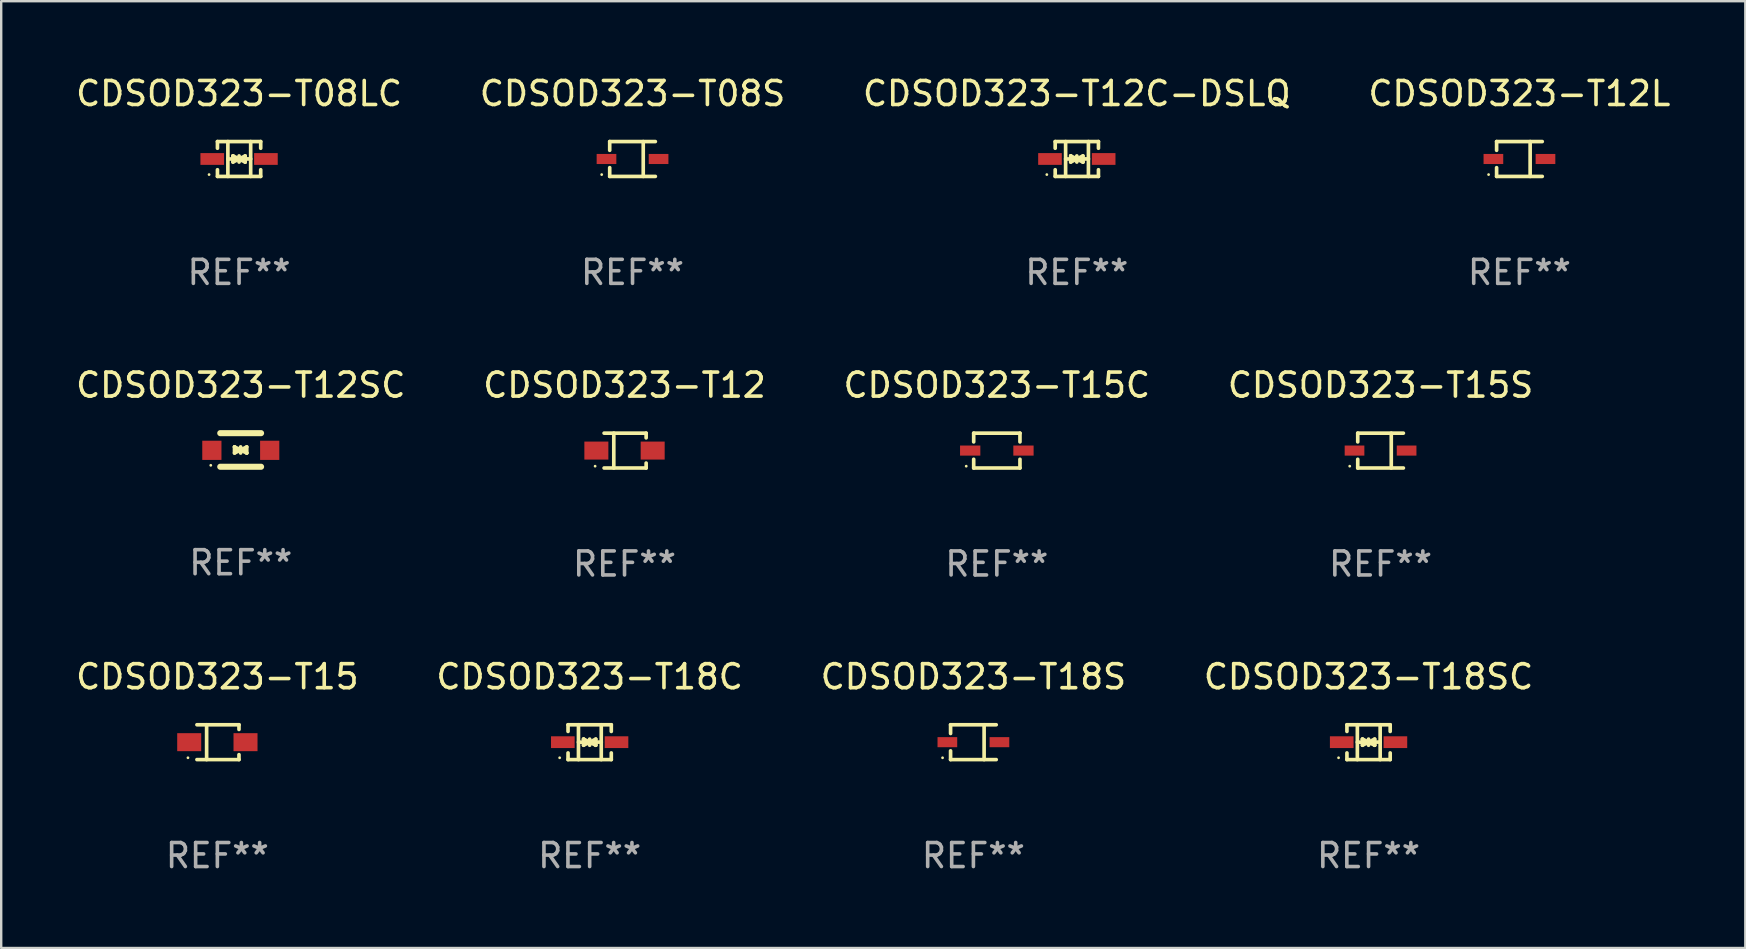
<source format=kicad_pcb>
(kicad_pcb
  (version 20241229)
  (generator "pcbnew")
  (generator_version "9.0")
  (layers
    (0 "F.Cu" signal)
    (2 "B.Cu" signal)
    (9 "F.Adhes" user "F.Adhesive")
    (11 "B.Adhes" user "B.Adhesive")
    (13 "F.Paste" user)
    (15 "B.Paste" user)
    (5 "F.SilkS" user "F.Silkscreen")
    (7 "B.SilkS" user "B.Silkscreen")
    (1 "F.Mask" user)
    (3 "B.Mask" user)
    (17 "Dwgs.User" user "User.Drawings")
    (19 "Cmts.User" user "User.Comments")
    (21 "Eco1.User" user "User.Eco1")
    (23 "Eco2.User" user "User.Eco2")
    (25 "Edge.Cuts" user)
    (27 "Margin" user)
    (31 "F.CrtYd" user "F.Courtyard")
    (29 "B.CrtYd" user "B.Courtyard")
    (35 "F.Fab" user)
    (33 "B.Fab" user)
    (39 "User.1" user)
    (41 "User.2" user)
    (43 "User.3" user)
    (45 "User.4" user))
  (footprint "CDSOD323-T08LC"
    (layer "F.Cu")
    (at 6.911 3.574)
    (property "Reference" "CDSOD323-T08LC" (at 0 -2.726 0) (layer "F.SilkS") (effects (font (size 1 1) (thickness 0.15))))
    (attr through_hole)
    (fp_line (start -0.901 -0.726) (end -0.901 -0.448) (stroke (width 0.152) (type solid)) (layer "F.SilkS"))
    (fp_line (start -0.901 0.726) (end -0.901 0.448) (stroke (width 0.152) (type solid)) (layer "F.SilkS"))
    (fp_line (start -0.467 0) (end 0.483 -0.003) (stroke (width 0.154) (type solid)) (layer "F.SilkS"))
    (fp_line (start -0.467 0.726) (end -0.467 -0.726) (stroke (width 0.152) (type solid)) (layer "F.SilkS"))
    (fp_line (start -0.254 -0.127) (end -0.254 -0.127) (stroke (width 0.154) (type solid)) (layer "F.SilkS"))
    (fp_line (start -0.254 -0.127) (end -0.002 -0.003) (stroke (width 0.154) (type solid)) (layer "F.SilkS"))
    (fp_line (start -0.254 0.127) (end -0.254 -0.127) (stroke (width 0.154) (type solid)) (layer "F.SilkS"))
    (fp_line (start -0.127 0) (end 0.003 0) (stroke (width 0.154) (type solid)) (layer "F.SilkS"))
    (fp_line (start -0.003 0) (end -0.254 0.127) (stroke (width 0.154) (type solid)) (layer "F.SilkS"))
    (fp_line (start 0 -0.127) (end 0 0.127) (stroke (width 0.154) (type solid)) (layer "F.SilkS"))
    (fp_line (start 0.003 0) (end 0.254 -0.127) (stroke (width 0.154) (type solid)) (layer "F.SilkS"))
    (fp_line (start 0.127 0) (end -0.003 0) (stroke (width 0.154) (type solid)) (layer "F.SilkS"))
    (fp_line (start 0.254 -0.127) (end 0.254 0.127) (stroke (width 0.154) (type solid)) (layer "F.SilkS"))
    (fp_line (start 0.254 0.127) (end 0.002 0.003) (stroke (width 0.154) (type solid)) (layer "F.SilkS"))
    (fp_line (start 0.254 0.127) (end 0.254 0.127) (stroke (width 0.154) (type solid)) (layer "F.SilkS"))
    (fp_line (start 0.483 0.726) (end 0.483 -0.726) (stroke (width 0.152) (type solid)) (layer "F.SilkS"))
    (fp_line (start 0.901 -0.726) (end -0.901 -0.726) (stroke (width 0.152) (type solid)) (layer "F.SilkS"))
    (fp_line (start 0.901 -0.726) (end 0.901 -0.448) (stroke (width 0.152) (type solid)) (layer "F.SilkS"))
    (fp_line (start 0.901 0.726) (end -0.901 0.726) (stroke (width 0.152) (type solid)) (layer "F.SilkS"))
    (fp_line (start 0.901 0.726) (end 0.901 0.448) (stroke (width 0.152) (type solid)) (layer "F.SilkS"))
    (fp_circle (center -1.25 0.65) (end -1.22 0.65) (stroke (width 0.06) (type solid)) (fill no) (layer "F.SilkS"))
    (fp_text user "REF**" (at 0 4.726 0) (layer "F.Fab") (effects (font (size 1 1) (thickness 0.15))))
    (pad "1" smd rect (at -1.118 0) (size 0.985 0.49) (layers "F.Cu" "F.Mask" "F.Paste"))
    (pad "2" smd rect (at 1.118 0) (size 0.985 0.49) (layers "F.Cu" "F.Mask" "F.Paste")))
  (footprint "CDSOD323-T15C"
    (layer "F.Cu")
    (at 38.482 15.723)
    (property "Reference" "CDSOD323-T15C" (at 0 -2.726 0) (layer "F.SilkS") (effects (font (size 1 1) (thickness 0.15))))
    (attr through_hole)
    (fp_line (start -0.964 -0.726) (end 0.964 -0.726) (stroke (width 0.152) (type solid)) (layer "F.SilkS"))
    (fp_line (start -0.964 -0.362) (end -0.964 -0.726) (stroke (width 0.152) (type solid)) (layer "F.SilkS"))
    (fp_line (start -0.964 0.362) (end -0.964 0.726) (stroke (width 0.152) (type solid)) (layer "F.SilkS"))
    (fp_line (start -0.964 0.726) (end 0.964 0.726) (stroke (width 0.152) (type solid)) (layer "F.SilkS"))
    (fp_line (start 0.964 -0.362) (end 0.964 -0.726) (stroke (width 0.152) (type solid)) (layer "F.SilkS"))
    (fp_line (start 0.964 0.362) (end 0.964 0.726) (stroke (width 0.152) (type solid)) (layer "F.SilkS"))
    (fp_circle (center -1.275 0.65) (end -1.245 0.65) (stroke (width 0.06) (type solid)) (fill no) (layer "F.SilkS"))
    (fp_text user "REF**" (at 0 4.726 0) (layer "F.Fab") (effects (font (size 1 1) (thickness 0.15))))
    (pad "1" smd rect (at -1.11 -0.000076) (size 0.845 0.42) (layers "F.Cu" "F.Mask" "F.Paste"))
    (pad "2" smd rect (at 1.11 -0.000076) (size 0.845 0.42) (layers "F.Cu" "F.Mask" "F.Paste")))
  (footprint "CDSOD323-T08S"
    (layer "F.Cu")
    (at 23.304 3.574)
    (property "Reference" "CDSOD323-T08S" (at 0 -2.726 0) (layer "F.SilkS") (effects (font (size 1 1) (thickness 0.15))))
    (attr through_hole)
    (fp_line (start -0.951 -0.726) (end 0.951 -0.726) (stroke (width 0.152) (type solid)) (layer "F.SilkS"))
    (fp_line (start -0.951 -0.362) (end -0.951 -0.726) (stroke (width 0.152) (type solid)) (layer "F.SilkS"))
    (fp_line (start -0.951 0.362) (end -0.951 0.726) (stroke (width 0.152) (type solid)) (layer "F.SilkS"))
    (fp_line (start -0.951 0.726) (end 0.951 0.726) (stroke (width 0.152) (type solid)) (layer "F.SilkS"))
    (fp_line (start 0.446 -0.726) (end 0.446 0.726) (stroke (width 0.152) (type solid)) (layer "F.SilkS"))
    (fp_circle (center -1.285 0.65) (end -1.255 0.65) (stroke (width 0.06) (type solid)) (fill no) (layer "F.SilkS"))
    (fp_text user "REF**" (at 0 4.726 0) (layer "F.Fab") (effects (font (size 1 1) (thickness 0.15))))
    (pad "1" smd rect (at -1.085 0) (size 0.82 0.42) (layers "F.Cu" "F.Mask" "F.Paste"))
    (pad "2" smd rect (at 1.085 0) (size 0.82 0.42) (layers "F.Cu" "F.Mask" "F.Paste")))
  (footprint "CDSOD323-T12C-DSLQ"
    (layer "F.Cu")
    (at 41.815 3.574)
    (property "Reference" "CDSOD323-T12C-DSLQ" (at 0 -2.726 0) (layer "F.SilkS") (effects (font (size 1 1) (thickness 0.15))))
    (attr through_hole)
    (fp_line (start -0.901 -0.726) (end -0.901 -0.448) (stroke (width 0.152) (type solid)) (layer "F.SilkS"))
    (fp_line (start -0.901 0.726) (end -0.901 0.448) (stroke (width 0.152) (type solid)) (layer "F.SilkS"))
    (fp_line (start -0.467 0) (end 0.483 -0.003) (stroke (width 0.154) (type solid)) (layer "F.SilkS"))
    (fp_line (start -0.467 0.726) (end -0.467 -0.726) (stroke (width 0.152) (type solid)) (layer "F.SilkS"))
    (fp_line (start -0.254 -0.127) (end -0.254 -0.127) (stroke (width 0.154) (type solid)) (layer "F.SilkS"))
    (fp_line (start -0.254 -0.127) (end -0.002 -0.003) (stroke (width 0.154) (type solid)) (layer "F.SilkS"))
    (fp_line (start -0.254 0.127) (end -0.254 -0.127) (stroke (width 0.154) (type solid)) (layer "F.SilkS"))
    (fp_line (start -0.127 0) (end 0.003 0) (stroke (width 0.154) (type solid)) (layer "F.SilkS"))
    (fp_line (start -0.003 0) (end -0.254 0.127) (stroke (width 0.154) (type solid)) (layer "F.SilkS"))
    (fp_line (start 0 -0.127) (end 0 0.127) (stroke (width 0.154) (type solid)) (layer "F.SilkS"))
    (fp_line (start 0.003 0) (end 0.254 -0.127) (stroke (width 0.154) (type solid)) (layer "F.SilkS"))
    (fp_line (start 0.127 0) (end -0.003 0) (stroke (width 0.154) (type solid)) (layer "F.SilkS"))
    (fp_line (start 0.254 -0.127) (end 0.254 0.127) (stroke (width 0.154) (type solid)) (layer "F.SilkS"))
    (fp_line (start 0.254 0.127) (end 0.002 0.003) (stroke (width 0.154) (type solid)) (layer "F.SilkS"))
    (fp_line (start 0.254 0.127) (end 0.254 0.127) (stroke (width 0.154) (type solid)) (layer "F.SilkS"))
    (fp_line (start 0.483 0.726) (end 0.483 -0.726) (stroke (width 0.152) (type solid)) (layer "F.SilkS"))
    (fp_line (start 0.901 -0.726) (end -0.901 -0.726) (stroke (width 0.152) (type solid)) (layer "F.SilkS"))
    (fp_line (start 0.901 -0.726) (end 0.901 -0.448) (stroke (width 0.152) (type solid)) (layer "F.SilkS"))
    (fp_line (start 0.901 0.726) (end -0.901 0.726) (stroke (width 0.152) (type solid)) (layer "F.SilkS"))
    (fp_line (start 0.901 0.726) (end 0.901 0.448) (stroke (width 0.152) (type solid)) (layer "F.SilkS"))
    (fp_circle (center -1.25 0.65) (end -1.22 0.65) (stroke (width 0.06) (type solid)) (fill no) (layer "F.SilkS"))
    (fp_text user "REF**" (at 0 4.726 0) (layer "F.Fab") (effects (font (size 1 1) (thickness 0.15))))
    (pad "1" smd rect (at -1.118 0) (size 0.985 0.49) (layers "F.Cu" "F.Mask" "F.Paste"))
    (pad "2" smd rect (at 1.118 0) (size 0.985 0.49) (layers "F.Cu" "F.Mask" "F.Paste")))
  (footprint "CDSOD323-T15S"
    (layer "F.Cu")
    (at 54.47 15.723)
    (property "Reference" "CDSOD323-T15S" (at 0 -2.726 0) (layer "F.SilkS") (effects (font (size 1 1) (thickness 0.15))))
    (attr through_hole)
    (fp_line (start -0.951 -0.726) (end 0.951 -0.726) (stroke (width 0.152) (type solid)) (layer "F.SilkS"))
    (fp_line (start -0.951 -0.362) (end -0.951 -0.726) (stroke (width 0.152) (type solid)) (layer "F.SilkS"))
    (fp_line (start -0.951 0.362) (end -0.951 0.726) (stroke (width 0.152) (type solid)) (layer "F.SilkS"))
    (fp_line (start -0.951 0.726) (end 0.951 0.726) (stroke (width 0.152) (type solid)) (layer "F.SilkS"))
    (fp_line (start 0.446 -0.726) (end 0.446 0.726) (stroke (width 0.152) (type solid)) (layer "F.SilkS"))
    (fp_circle (center -1.285 0.65) (end -1.255 0.65) (stroke (width 0.06) (type solid)) (fill no) (layer "F.SilkS"))
    (fp_text user "REF**" (at 0 4.726 0) (layer "F.Fab") (effects (font (size 1 1) (thickness 0.15))))
    (pad "1" smd rect (at -1.085 0) (size 0.82 0.42) (layers "F.Cu" "F.Mask" "F.Paste"))
    (pad "2" smd rect (at 1.085 0) (size 0.82 0.42) (layers "F.Cu" "F.Mask" "F.Paste")))
  (footprint "CDSOD323-T18S"
    (layer "F.Cu")
    (at 37.506 27.872)
    (property "Reference" "CDSOD323-T18S" (at 0 -2.726 0) (layer "F.SilkS") (effects (font (size 1 1) (thickness 0.15))))
    (attr through_hole)
    (fp_line (start -0.951 -0.726) (end 0.951 -0.726) (stroke (width 0.152) (type solid)) (layer "F.SilkS"))
    (fp_line (start -0.951 -0.362) (end -0.951 -0.726) (stroke (width 0.152) (type solid)) (layer "F.SilkS"))
    (fp_line (start -0.951 0.362) (end -0.951 0.726) (stroke (width 0.152) (type solid)) (layer "F.SilkS"))
    (fp_line (start -0.951 0.726) (end 0.951 0.726) (stroke (width 0.152) (type solid)) (layer "F.SilkS"))
    (fp_line (start 0.446 -0.726) (end 0.446 0.726) (stroke (width 0.152) (type solid)) (layer "F.SilkS"))
    (fp_circle (center -1.285 0.65) (end -1.255 0.65) (stroke (width 0.06) (type solid)) (fill no) (layer "F.SilkS"))
    (fp_text user "REF**" (at 0 4.726 0) (layer "F.Fab") (effects (font (size 1 1) (thickness 0.15))))
    (pad "1" smd rect (at -1.085 0) (size 0.82 0.42) (layers "F.Cu" "F.Mask" "F.Paste"))
    (pad "2" smd rect (at 1.085 0) (size 0.82 0.42) (layers "F.Cu" "F.Mask" "F.Paste")))
  (footprint "CDSOD323-T12SC"
    (layer "F.Cu")
    (at 6.982 15.697)
    (property "Reference" "CDSOD323-T12SC" (at 0 -2.7 0) (layer "F.SilkS") (effects (font (size 1 1) (thickness 0.15))))
    (attr through_hole)
    (fp_line (start -0.855 -0.7) (end 0.845 -0.7) (stroke (width 0.254) (type solid)) (layer "F.SilkS"))
    (fp_line (start -0.855 0.7) (end 0.845 0.7) (stroke (width 0.254) (type solid)) (layer "F.SilkS"))
    (fp_line (start -0.26 -0.127) (end -0.26 -0.127) (stroke (width 0.154) (type solid)) (layer "F.SilkS"))
    (fp_line (start -0.26 -0.127) (end -0.008 -0.003) (stroke (width 0.154) (type solid)) (layer "F.SilkS"))
    (fp_line (start -0.26 0.127) (end -0.26 -0.127) (stroke (width 0.154) (type solid)) (layer "F.SilkS"))
    (fp_line (start -0.133 0.000483) (end -0.003 0.000483) (stroke (width 0.154) (type solid)) (layer "F.SilkS"))
    (fp_line (start -0.009 0.000483) (end -0.26 0.127) (stroke (width 0.154) (type solid)) (layer "F.SilkS"))
    (fp_line (start -0.006 -0.127) (end -0.006 0.127) (stroke (width 0.154) (type solid)) (layer "F.SilkS"))
    (fp_line (start -0.003 0.000483) (end 0.248 -0.127) (stroke (width 0.154) (type solid)) (layer "F.SilkS"))
    (fp_line (start 0.121 0.000483) (end -0.009 0.000483) (stroke (width 0.154) (type solid)) (layer "F.SilkS"))
    (fp_line (start 0.248 -0.127) (end 0.248 0.127) (stroke (width 0.154) (type solid)) (layer "F.SilkS"))
    (fp_line (start 0.248 0.127) (end -0.004 0.004) (stroke (width 0.154) (type solid)) (layer "F.SilkS"))
    (fp_line (start 0.248 0.127) (end 0.248 0.127) (stroke (width 0.154) (type solid)) (layer "F.SilkS"))
    (fp_circle (center -1.25 0.64) (end -1.22 0.64) (stroke (width 0.06) (type solid)) (fill no) (layer "F.SilkS"))
    (fp_text user "REF**" (at 0 4.7 0) (layer "F.Fab") (effects (font (size 1 1) (thickness 0.15))))
    (pad "1" smd rect (at -1.205 0.015) (size 0.8 0.8) (layers "F.Cu" "F.Mask" "F.Paste"))
    (pad "2" smd rect (at 1.205 0.015) (size 0.8 0.8) (layers "F.Cu" "F.Mask" "F.Paste")))
  (footprint "CDSOD323-T15"
    (layer "F.Cu")
    (at 6.006 27.872)
    (property "Reference" "CDSOD323-T15" (at 0 -2.726 0) (layer "F.SilkS") (effects (font (size 1 1) (thickness 0.15))))
    (attr through_hole)
    (fp_line (start -0.851 -0.726) (end 0.901 -0.726) (stroke (width 0.152) (type solid)) (layer "F.SilkS"))
    (fp_line (start -0.851 0.726) (end 0.901 0.726) (stroke (width 0.152) (type solid)) (layer "F.SilkS"))
    (fp_line (start -0.447 -0.726) (end -0.447 0.726) (stroke (width 0.152) (type solid)) (layer "F.SilkS"))
    (fp_line (start 0.901 -0.726) (end 0.901 -0.53) (stroke (width 0.152) (type solid)) (layer "F.SilkS"))
    (fp_line (start 0.901 0.726) (end 0.901 0.52) (stroke (width 0.152) (type solid)) (layer "F.SilkS"))
    (fp_circle (center -1.225 0.65) (end -1.195 0.65) (stroke (width 0.06) (type solid)) (fill no) (layer "F.SilkS"))
    (fp_text user "REF**" (at 0 4.726 0) (layer "F.Fab") (effects (font (size 1 1) (thickness 0.15))))
    (pad "1" smd rect (at -1.173 0) (size 1 0.75) (layers "F.Cu" "F.Mask" "F.Paste"))
    (pad "2" smd rect (at 1.173 0) (size 1 0.75) (layers "F.Cu" "F.Mask" "F.Paste")))
  (footprint "CDSOD323-T18SC"
    (layer "F.Cu")
    (at 53.97 27.872)
    (property "Reference" "CDSOD323-T18SC" (at 0 -2.726 0) (layer "F.SilkS") (effects (font (size 1 1) (thickness 0.15))))
    (attr through_hole)
    (fp_line (start -0.901 -0.726) (end -0.901 -0.448) (stroke (width 0.152) (type solid)) (layer "F.SilkS"))
    (fp_line (start -0.901 0.726) (end -0.901 0.448) (stroke (width 0.152) (type solid)) (layer "F.SilkS"))
    (fp_line (start -0.467 0) (end 0.483 -0.003) (stroke (width 0.154) (type solid)) (layer "F.SilkS"))
    (fp_line (start -0.467 0.726) (end -0.467 -0.726) (stroke (width 0.152) (type solid)) (layer "F.SilkS"))
    (fp_line (start -0.254 -0.127) (end -0.254 -0.127) (stroke (width 0.154) (type solid)) (layer "F.SilkS"))
    (fp_line (start -0.254 -0.127) (end -0.002 -0.003) (stroke (width 0.154) (type solid)) (layer "F.SilkS"))
    (fp_line (start -0.254 0.127) (end -0.254 -0.127) (stroke (width 0.154) (type solid)) (layer "F.SilkS"))
    (fp_line (start -0.127 0) (end 0.003 0) (stroke (width 0.154) (type solid)) (layer "F.SilkS"))
    (fp_line (start -0.003 0) (end -0.254 0.127) (stroke (width 0.154) (type solid)) (layer "F.SilkS"))
    (fp_line (start 0 -0.127) (end 0 0.127) (stroke (width 0.154) (type solid)) (layer "F.SilkS"))
    (fp_line (start 0.003 0) (end 0.254 -0.127) (stroke (width 0.154) (type solid)) (layer "F.SilkS"))
    (fp_line (start 0.127 0) (end -0.003 0) (stroke (width 0.154) (type solid)) (layer "F.SilkS"))
    (fp_line (start 0.254 -0.127) (end 0.254 0.127) (stroke (width 0.154) (type solid)) (layer "F.SilkS"))
    (fp_line (start 0.254 0.127) (end 0.002 0.003) (stroke (width 0.154) (type solid)) (layer "F.SilkS"))
    (fp_line (start 0.254 0.127) (end 0.254 0.127) (stroke (width 0.154) (type solid)) (layer "F.SilkS"))
    (fp_line (start 0.483 0.726) (end 0.483 -0.726) (stroke (width 0.152) (type solid)) (layer "F.SilkS"))
    (fp_line (start 0.901 -0.726) (end -0.901 -0.726) (stroke (width 0.152) (type solid)) (layer "F.SilkS"))
    (fp_line (start 0.901 -0.726) (end 0.901 -0.448) (stroke (width 0.152) (type solid)) (layer "F.SilkS"))
    (fp_line (start 0.901 0.726) (end -0.901 0.726) (stroke (width 0.152) (type solid)) (layer "F.SilkS"))
    (fp_line (start 0.901 0.726) (end 0.901 0.448) (stroke (width 0.152) (type solid)) (layer "F.SilkS"))
    (fp_circle (center -1.25 0.65) (end -1.22 0.65) (stroke (width 0.06) (type solid)) (fill no) (layer "F.SilkS"))
    (fp_text user "REF**" (at 0 4.726 0) (layer "F.Fab") (effects (font (size 1 1) (thickness 0.15))))
    (pad "1" smd rect (at -1.118 0) (size 0.985 0.49) (layers "F.Cu" "F.Mask" "F.Paste"))
    (pad "2" smd rect (at 1.118 0) (size 0.985 0.49) (layers "F.Cu" "F.Mask" "F.Paste")))
  (footprint "CDSOD323-T12"
    (layer "F.Cu")
    (at 22.97 15.723)
    (property "Reference" "CDSOD323-T12" (at 0 -2.726 0) (layer "F.SilkS") (effects (font (size 1 1) (thickness 0.15))))
    (attr through_hole)
    (fp_line (start -0.851 -0.726) (end 0.901 -0.726) (stroke (width 0.152) (type solid)) (layer "F.SilkS"))
    (fp_line (start -0.851 0.726) (end 0.901 0.726) (stroke (width 0.152) (type solid)) (layer "F.SilkS"))
    (fp_line (start -0.447 -0.726) (end -0.447 0.726) (stroke (width 0.152) (type solid)) (layer "F.SilkS"))
    (fp_line (start 0.901 -0.726) (end 0.901 -0.53) (stroke (width 0.152) (type solid)) (layer "F.SilkS"))
    (fp_line (start 0.901 0.726) (end 0.901 0.52) (stroke (width 0.152) (type solid)) (layer "F.SilkS"))
    (fp_circle (center -1.225 0.65) (end -1.195 0.65) (stroke (width 0.06) (type solid)) (fill no) (layer "F.SilkS"))
    (fp_text user "REF**" (at 0 4.726 0) (layer "F.Fab") (effects (font (size 1 1) (thickness 0.15))))
    (pad "1" smd rect (at -1.173 0) (size 1 0.75) (layers "F.Cu" "F.Mask" "F.Paste"))
    (pad "2" smd rect (at 1.173 0) (size 1 0.75) (layers "F.Cu" "F.Mask" "F.Paste")))
  (footprint "CDSOD323-T12L"
    (layer "F.Cu")
    (at 60.256 3.574)
    (property "Reference" "CDSOD323-T12L" (at 0 -2.726 0) (layer "F.SilkS") (effects (font (size 1 1) (thickness 0.15))))
    (attr through_hole)
    (fp_line (start -0.951 -0.726) (end 0.951 -0.726) (stroke (width 0.152) (type solid)) (layer "F.SilkS"))
    (fp_line (start -0.951 -0.362) (end -0.951 -0.726) (stroke (width 0.152) (type solid)) (layer "F.SilkS"))
    (fp_line (start -0.951 0.362) (end -0.951 0.726) (stroke (width 0.152) (type solid)) (layer "F.SilkS"))
    (fp_line (start -0.951 0.726) (end 0.951 0.726) (stroke (width 0.152) (type solid)) (layer "F.SilkS"))
    (fp_line (start 0.446 -0.726) (end 0.446 0.726) (stroke (width 0.152) (type solid)) (layer "F.SilkS"))
    (fp_circle (center -1.285 0.65) (end -1.255 0.65) (stroke (width 0.06) (type solid)) (fill no) (layer "F.SilkS"))
    (fp_text user "REF**" (at 0 4.726 0) (layer "F.Fab") (effects (font (size 1 1) (thickness 0.15))))
    (pad "1" smd rect (at -1.085 0) (size 0.82 0.42) (layers "F.Cu" "F.Mask" "F.Paste"))
    (pad "2" smd rect (at 1.085 0) (size 0.82 0.42) (layers "F.Cu" "F.Mask" "F.Paste")))
  (footprint "CDSOD323-T18C"
    (layer "F.Cu")
    (at 21.518 27.872)
    (property "Reference" "CDSOD323-T18C" (at 0 -2.726 0) (layer "F.SilkS") (effects (font (size 1 1) (thickness 0.15))))
    (attr through_hole)
    (fp_line (start -0.901 -0.726) (end -0.901 -0.448) (stroke (width 0.152) (type solid)) (layer "F.SilkS"))
    (fp_line (start -0.901 0.726) (end -0.901 0.448) (stroke (width 0.152) (type solid)) (layer "F.SilkS"))
    (fp_line (start -0.467 0) (end 0.483 -0.003) (stroke (width 0.154) (type solid)) (layer "F.SilkS"))
    (fp_line (start -0.467 0.726) (end -0.467 -0.726) (stroke (width 0.152) (type solid)) (layer "F.SilkS"))
    (fp_line (start -0.254 -0.127) (end -0.254 -0.127) (stroke (width 0.154) (type solid)) (layer "F.SilkS"))
    (fp_line (start -0.254 -0.127) (end -0.002 -0.003) (stroke (width 0.154) (type solid)) (layer "F.SilkS"))
    (fp_line (start -0.254 0.127) (end -0.254 -0.127) (stroke (width 0.154) (type solid)) (layer "F.SilkS"))
    (fp_line (start -0.127 0) (end 0.003 0) (stroke (width 0.154) (type solid)) (layer "F.SilkS"))
    (fp_line (start -0.003 0) (end -0.254 0.127) (stroke (width 0.154) (type solid)) (layer "F.SilkS"))
    (fp_line (start 0 -0.127) (end 0 0.127) (stroke (width 0.154) (type solid)) (layer "F.SilkS"))
    (fp_line (start 0.003 0) (end 0.254 -0.127) (stroke (width 0.154) (type solid)) (layer "F.SilkS"))
    (fp_line (start 0.127 0) (end -0.003 0) (stroke (width 0.154) (type solid)) (layer "F.SilkS"))
    (fp_line (start 0.254 -0.127) (end 0.254 0.127) (stroke (width 0.154) (type solid)) (layer "F.SilkS"))
    (fp_line (start 0.254 0.127) (end 0.002 0.003) (stroke (width 0.154) (type solid)) (layer "F.SilkS"))
    (fp_line (start 0.254 0.127) (end 0.254 0.127) (stroke (width 0.154) (type solid)) (layer "F.SilkS"))
    (fp_line (start 0.483 0.726) (end 0.483 -0.726) (stroke (width 0.152) (type solid)) (layer "F.SilkS"))
    (fp_line (start 0.901 -0.726) (end -0.901 -0.726) (stroke (width 0.152) (type solid)) (layer "F.SilkS"))
    (fp_line (start 0.901 -0.726) (end 0.901 -0.448) (stroke (width 0.152) (type solid)) (layer "F.SilkS"))
    (fp_line (start 0.901 0.726) (end -0.901 0.726) (stroke (width 0.152) (type solid)) (layer "F.SilkS"))
    (fp_line (start 0.901 0.726) (end 0.901 0.448) (stroke (width 0.152) (type solid)) (layer "F.SilkS"))
    (fp_circle (center -1.25 0.65) (end -1.22 0.65) (stroke (width 0.06) (type solid)) (fill no) (layer "F.SilkS"))
    (fp_text user "REF**" (at 0 4.726 0) (layer "F.Fab") (effects (font (size 1 1) (thickness 0.15))))
    (pad "1" smd rect (at -1.118 0) (size 0.985 0.49) (layers "F.Cu" "F.Mask" "F.Paste"))
    (pad "2" smd rect (at 1.118 0) (size 0.985 0.49) (layers "F.Cu" "F.Mask" "F.Paste")))
  (gr_rect
    (start -3 -3)
    (end 69.667 36.447)
    (stroke (width 0.1) (type default))
    (fill no)
    (layer "Edge.Cuts")))
</source>
